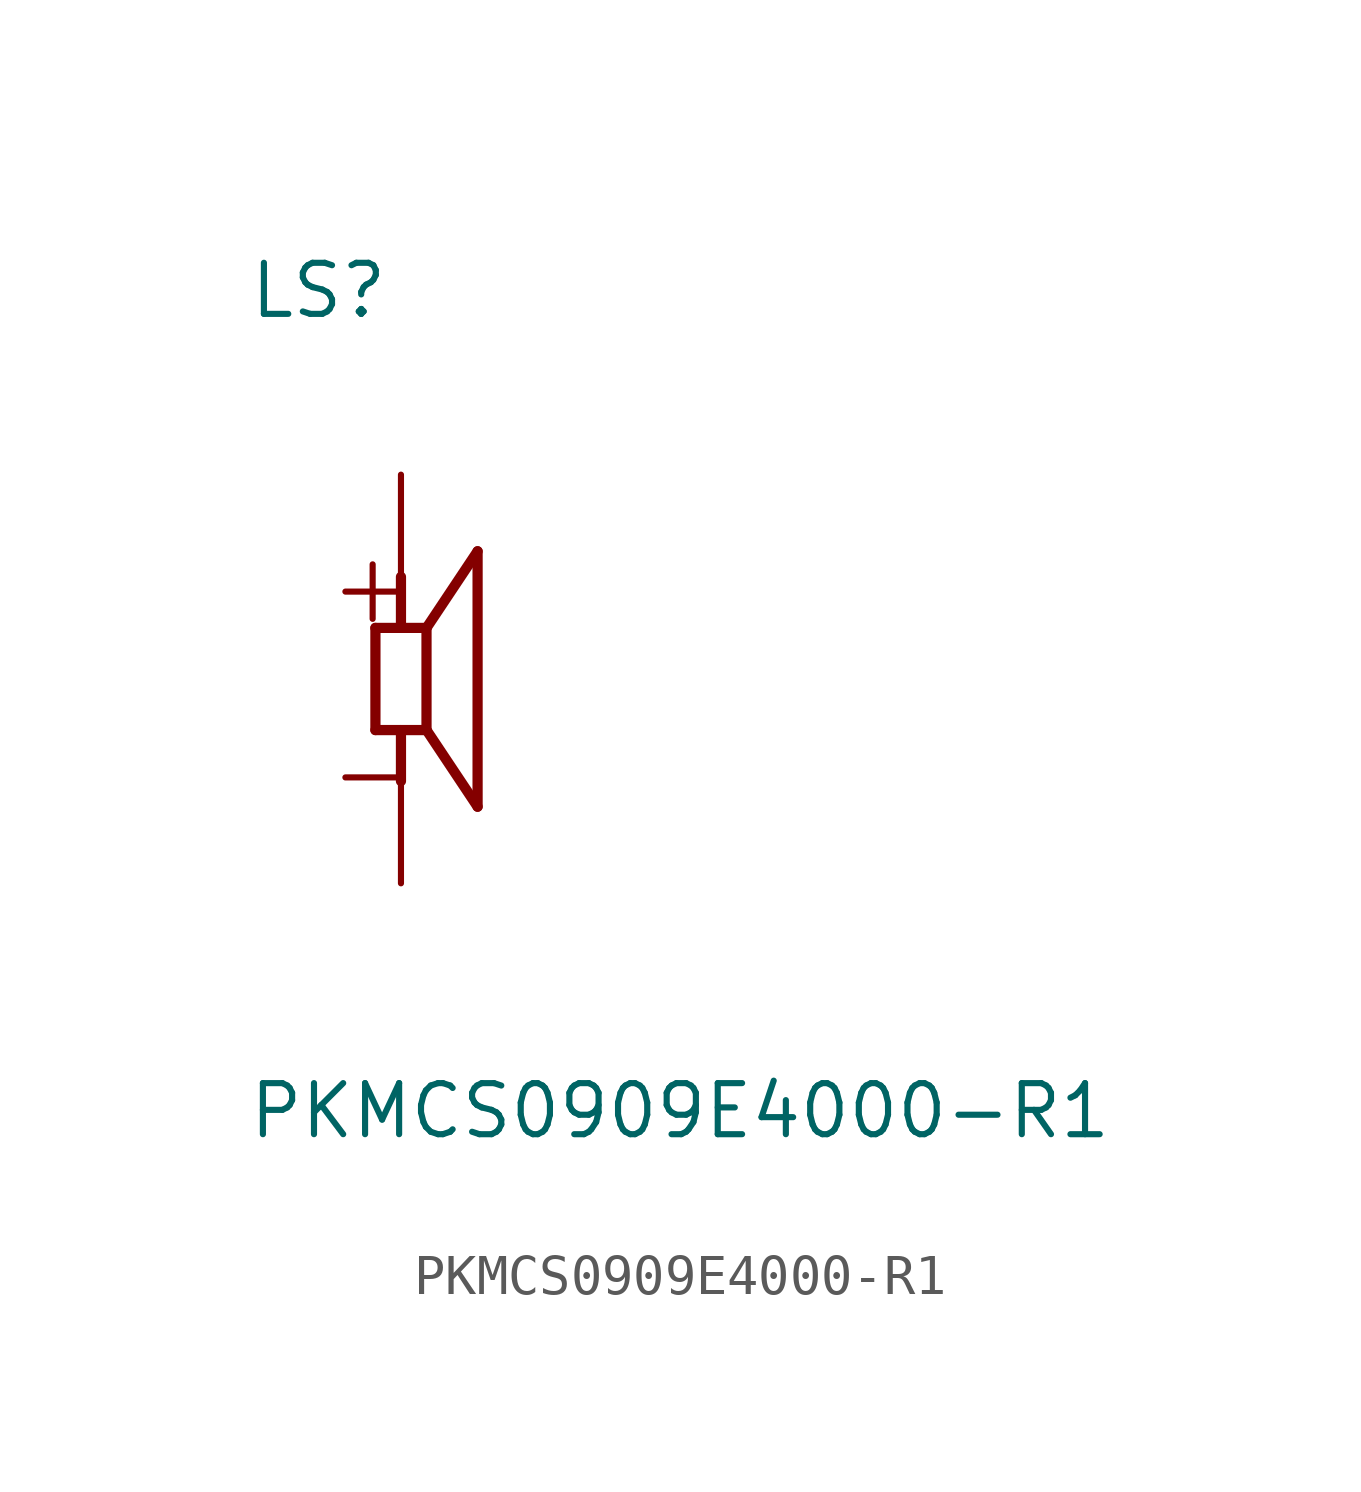
<source format=kicad_sym>
(kicad_symbol_lib
  (version 20201005)
  (generator kicad_symbol_editor)
  (symbol "PKMCS0909E4000-R1:PKMCS0909E4000-R1"
    (pin_numbers hide)
    (pin_names
      (offset 1.016) hide)
    (property "Reference" "LS"
      (at -3.81 8.915 0)
      (effects (font (size 1.27 1.27)) (justify left bottom)))
    (property "Value" "PKMCS0909E4000-R1"
      (at -3.835 -11.481 0)
      (effects (font (size 1.27 1.27)) (justify left bottom)))
    (symbol "PKMCS0909E4000-R1_0_0"
      (text "+" (at -1.905 1.27 0) (effects (font (size 1.778 1.778)) (justify left bottom)))
      (text "-" (at -1.905 -1.27 0) (effects (font (size 1.778 1.778)) (justify left top)))
      (polyline (pts (xy -0.635 -1.27) (xy -0.635 1.27)) (stroke (width 0.254)) (fill (type none)))
      (polyline (pts (xy -0.635 1.27) (xy 0 1.27)) (stroke (width 0.254)) (fill (type none)))
      (polyline (pts (xy 0 -1.27) (xy -0.635 -1.27)) (stroke (width 0.254)) (fill (type none)))
      (polyline (pts (xy 0 -1.27) (xy 0 -2.54)) (stroke (width 0.254)) (fill (type none)))
      (polyline (pts (xy 0 1.27) (xy 0 2.54)) (stroke (width 0.254)) (fill (type none)))
      (polyline (pts (xy 0 1.27) (xy 0.635 1.27)) (stroke (width 0.254)) (fill (type none)))
      (polyline (pts (xy 0.635 -1.27) (xy 0 -1.27)) (stroke (width 0.254)) (fill (type none)))
      (polyline (pts (xy 0.635 1.27) (xy 0.635 -1.27)) (stroke (width 0.254)) (fill (type none)))
      (polyline (pts (xy 0.635 1.27) (xy 1.905 3.175)) (stroke (width 0.254)) (fill (type none)))
      (polyline (pts (xy 1.905 -3.175) (xy 0.635 -1.27)) (stroke (width 0.254)) (fill (type none)))
      (polyline (pts (xy 1.905 3.175) (xy 1.905 -3.175)) (stroke (width 0.254)) (fill (type none)))
      (pin passive line (at 0 5.08 270) (length 2.54) (name "~" (effects (font (size 1.016 1.016)))) (number "1" (effects (font (size 1.016 1.016)))))
      (pin passive line (at 0 -5.08 90) (length 2.54) (name "~" (effects (font (size 1.016 1.016)))) (number "2" (effects (font (size 1.016 1.016))))))))
</source>
